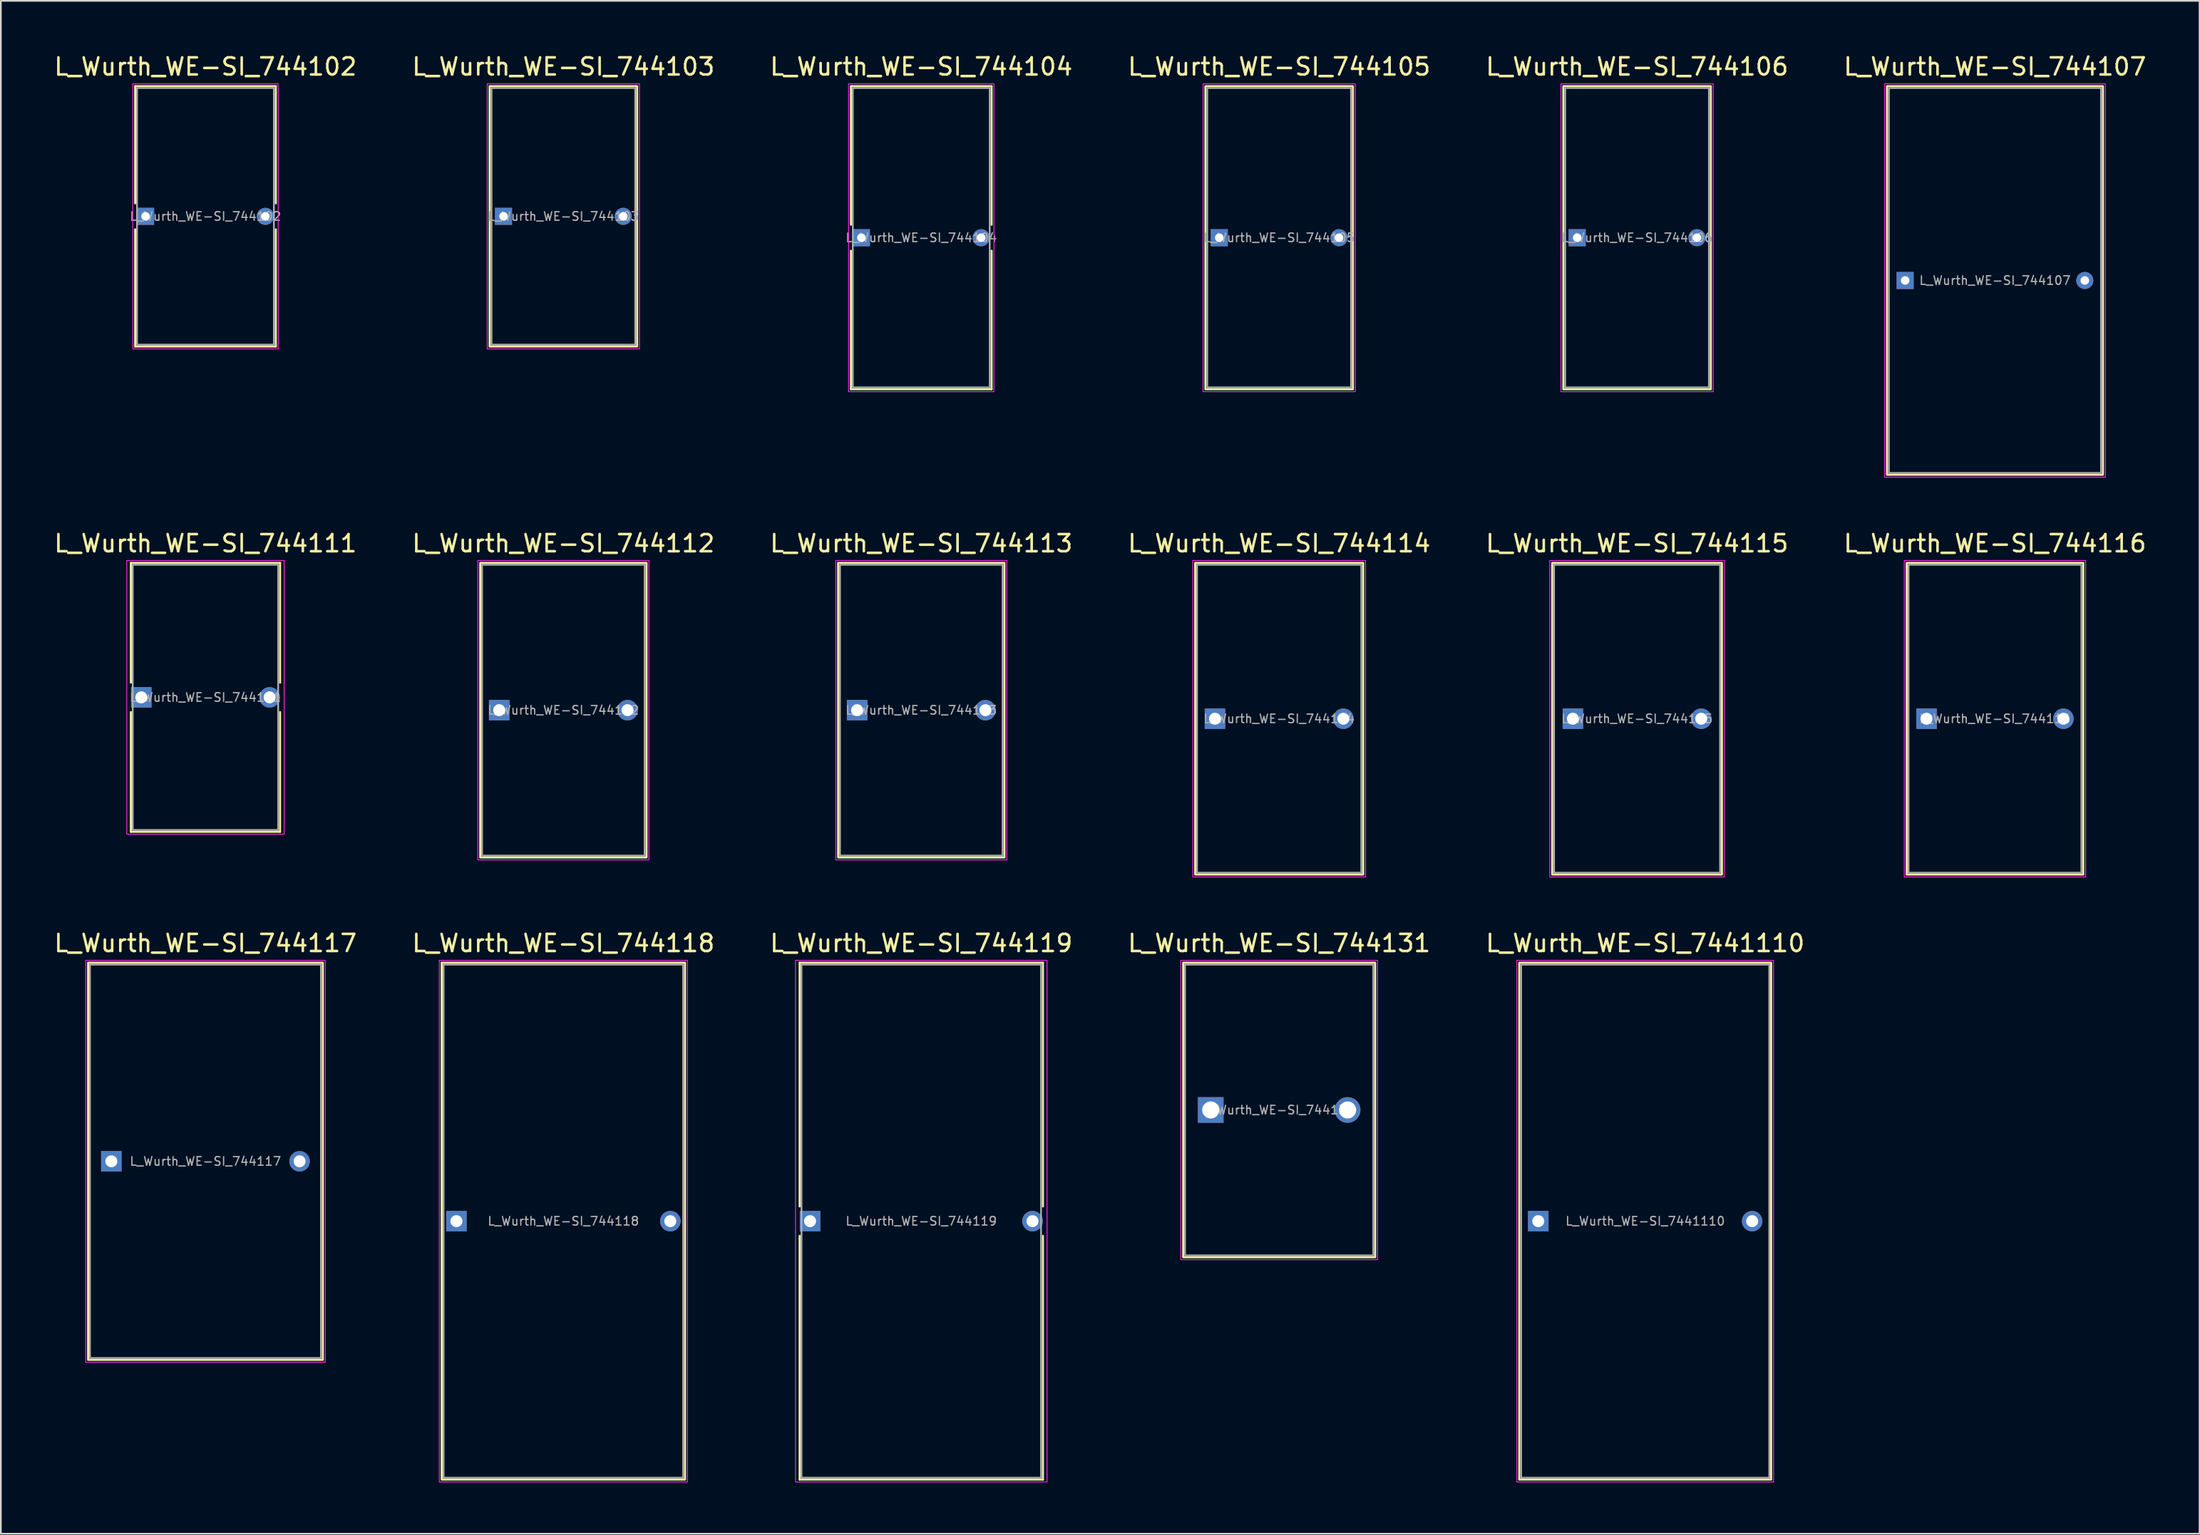
<source format=kicad_pcb>
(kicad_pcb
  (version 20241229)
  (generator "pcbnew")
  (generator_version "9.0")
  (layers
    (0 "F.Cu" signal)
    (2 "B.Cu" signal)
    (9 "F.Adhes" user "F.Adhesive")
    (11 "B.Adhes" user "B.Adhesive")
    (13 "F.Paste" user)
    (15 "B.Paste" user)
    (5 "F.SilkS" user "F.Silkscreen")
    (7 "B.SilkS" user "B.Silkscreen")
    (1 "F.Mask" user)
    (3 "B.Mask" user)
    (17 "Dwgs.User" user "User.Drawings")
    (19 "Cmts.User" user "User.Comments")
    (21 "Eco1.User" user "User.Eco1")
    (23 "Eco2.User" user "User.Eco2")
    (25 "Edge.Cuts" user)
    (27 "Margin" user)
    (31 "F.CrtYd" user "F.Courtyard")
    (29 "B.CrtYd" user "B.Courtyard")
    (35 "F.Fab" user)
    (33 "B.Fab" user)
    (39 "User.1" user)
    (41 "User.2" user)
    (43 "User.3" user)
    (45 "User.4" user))
  (footprint "L_Wurth_WE-SI_744115"
    (layer "F.Cu")
    (at 88.875 38.971)
    (property "Reference" "L_Wurth_WE-SI_744115" (at 3.75 -10.25 0) (unlocked yes) (layer "F.SilkS") (effects (font (size 1 1) (thickness 0.15))))
    (attr through_hole)
    (fp_rect (start -1.21 -9.11) (end 8.71 9.11) (stroke (width 0.12) (type solid)) (fill no) (layer "F.SilkS"))
    (fp_rect (start -1.35 -9.25) (end 8.85 9.25) (stroke (width 0.05) (type solid)) (fill no) (layer "F.CrtYd"))
    (fp_rect (start -1.1 -9) (end 8.6 9) (stroke (width 0.1) (type solid)) (fill no) (layer "F.Fab"))
    (fp_text user "${REFERENCE}" (at 3.75 0 0) (unlocked yes) (layer "F.Fab") (effects (font (size 0.5 0.5) (thickness 0.075))))
    (pad "1" thru_hole rect (at 0 0) (size 1.2 1.2) (drill 0.7) (layers "*.Cu" "*.Mask"))
    (pad "2" thru_hole circle (at 7.5 0) (size 1.2 1.2) (drill 0.7) (layers "*.Cu" "*.Mask")))
  (footprint "L_Wurth_WE-SI_744131"
    (layer "F.Cu")
    (at 67.708 61.845)
    (property "Reference" "L_Wurth_WE-SI_744131" (at 4 -9.75 0) (unlocked yes) (layer "F.SilkS") (effects (font (size 1 1) (thickness 0.15))))
    (attr through_hole)
    (fp_rect (start -1.61 -8.61) (end 9.61 8.61) (stroke (width 0.12) (type solid)) (fill no) (layer "F.SilkS"))
    (fp_rect (start -1.75 -8.75) (end 9.75 8.75) (stroke (width 0.05) (type solid)) (fill no) (layer "F.CrtYd"))
    (fp_rect (start -1.5 -8.5) (end 9.5 8.5) (stroke (width 0.1) (type solid)) (fill no) (layer "F.Fab"))
    (fp_text user "${REFERENCE}" (at 4 0 0) (unlocked yes) (layer "F.Fab") (effects (font (size 0.5 0.5) (thickness 0.075))))
    (pad "1" thru_hole rect (at 0 0) (size 1.5 1.5) (drill 1) (layers "*.Cu" "*.Mask"))
    (pad "2" thru_hole circle (at 8 0) (size 1.5 1.5) (drill 1) (layers "*.Cu" "*.Mask")))
  (footprint "L_Wurth_WE-SI_744113"
    (layer "F.Cu")
    (at 47.042 38.471)
    (property "Reference" "L_Wurth_WE-SI_744113" (at 3.75 -9.75 0) (unlocked yes) (layer "F.SilkS") (effects (font (size 1 1) (thickness 0.15))))
    (attr through_hole)
    (fp_rect (start -1.11 -8.61) (end 8.61 8.61) (stroke (width 0.12) (type solid)) (fill no) (layer "F.SilkS"))
    (fp_rect (start -1.25 -8.75) (end 8.75 8.75) (stroke (width 0.05) (type solid)) (fill no) (layer "F.CrtYd"))
    (fp_rect (start -1 -8.5) (end 8.5 8.5) (stroke (width 0.1) (type solid)) (fill no) (layer "F.Fab"))
    (fp_text user "${REFERENCE}" (at 3.75 0 0) (unlocked yes) (layer "F.Fab") (effects (font (size 0.5 0.5) (thickness 0.075))))
    (pad "1" thru_hole rect (at 0 0) (size 1.2 1.2) (drill 0.7) (layers "*.Cu" "*.Mask"))
    (pad "2" thru_hole circle (at 7.5 0) (size 1.2 1.2) (drill 0.7) (layers "*.Cu" "*.Mask")))
  (footprint "L_Wurth_WE-SI_744118"
    (layer "F.Cu")
    (at 23.625 68.345)
    (property "Reference" "L_Wurth_WE-SI_744118" (at 6.25 -16.25 0) (unlocked yes) (layer "F.SilkS") (effects (font (size 1 1) (thickness 0.15))))
    (attr through_hole)
    (fp_rect (start -0.86 -15.11) (end 13.36 15.11) (stroke (width 0.12) (type solid)) (fill no) (layer "F.SilkS"))
    (fp_rect (start -1 -15.25) (end 13.5 15.25) (stroke (width 0.05) (type solid)) (fill no) (layer "F.CrtYd"))
    (fp_rect (start -0.75 -15) (end 13.25 15) (stroke (width 0.1) (type solid)) (fill no) (layer "F.Fab"))
    (fp_text user "${REFERENCE}" (at 6.25 0 0) (unlocked yes) (layer "F.Fab") (effects (font (size 0.5 0.5) (thickness 0.075))))
    (pad "1" thru_hole rect (at 0 0) (size 1.2 1.2) (drill 0.7) (layers "*.Cu" "*.Mask"))
    (pad "2" thru_hole circle (at 12.5 0) (size 1.2 1.2) (drill 0.7) (layers "*.Cu" "*.Mask")))
  (footprint "L_Wurth_WE-SI_744105"
    (layer "F.Cu")
    (at 68.208 10.848)
    (property "Reference" "L_Wurth_WE-SI_744105" (at 3.5 -10 0) (unlocked yes) (layer "F.SilkS") (effects (font (size 1 1) (thickness 0.15))))
    (attr through_hole)
    (fp_rect (start -0.81 -8.86) (end 7.81 8.86) (stroke (width 0.12) (type solid)) (fill no) (layer "F.SilkS"))
    (fp_rect (start -0.95 -9) (end 7.95 9) (stroke (width 0.05) (type solid)) (fill no) (layer "F.CrtYd"))
    (fp_rect (start -0.7 -8.75) (end 7.7 8.75) (stroke (width 0.1) (type solid)) (fill no) (layer "F.Fab"))
    (fp_text user "${REFERENCE}" (at 3.5 0 0) (unlocked yes) (layer "F.Fab") (effects (font (size 0.5 0.5) (thickness 0.075))))
    (pad "1" thru_hole rect (at 0 0) (size 1 1) (drill 0.5) (layers "*.Cu" "*.Mask"))
    (pad "2" thru_hole circle (at 7 0) (size 1 1) (drill 0.5) (layers "*.Cu" "*.Mask")))
  (footprint "L_Wurth_WE-SI_744112"
    (layer "F.Cu")
    (at 26.125 38.471)
    (property "Reference" "L_Wurth_WE-SI_744112" (at 3.75 -9.75 0) (unlocked yes) (layer "F.SilkS") (effects (font (size 1 1) (thickness 0.15))))
    (attr through_hole)
    (fp_rect (start -1.11 -8.61) (end 8.61 8.61) (stroke (width 0.12) (type solid)) (fill no) (layer "F.SilkS"))
    (fp_rect (start -1.25 -8.75) (end 8.75 8.75) (stroke (width 0.05) (type solid)) (fill no) (layer "F.CrtYd"))
    (fp_rect (start -1 -8.5) (end 8.5 8.5) (stroke (width 0.1) (type solid)) (fill no) (layer "F.Fab"))
    (fp_text user "${REFERENCE}" (at 3.75 0 0) (unlocked yes) (layer "F.Fab") (effects (font (size 0.5 0.5) (thickness 0.075))))
    (pad "1" thru_hole rect (at 0 0) (size 1.2 1.2) (drill 0.7) (layers "*.Cu" "*.Mask"))
    (pad "2" thru_hole circle (at 7.5 0) (size 1.2 1.2) (drill 0.7) (layers "*.Cu" "*.Mask")))
  (footprint "L_Wurth_WE-SI_744104"
    (layer "F.Cu")
    (at 47.292 10.848)
    (property "Reference" "L_Wurth_WE-SI_744104" (at 3.5 -10 0) (unlocked yes) (layer "F.SilkS") (effects (font (size 1 1) (thickness 0.15))))
    (attr through_hole)
    (fp_line (start -0.61 -8.86) (end -0.61 -0.76) (stroke (width 0.12) (type solid)) (layer "F.SilkS"))
    (fp_line (start -0.61 -8.86) (end 7.61 -8.86) (stroke (width 0.12) (type solid)) (layer "F.SilkS"))
    (fp_line (start -0.61 8.86) (end -0.61 0.76) (stroke (width 0.12) (type solid)) (layer "F.SilkS"))
    (fp_line (start -0.61 8.86) (end 7.61 8.86) (stroke (width 0.12) (type solid)) (layer "F.SilkS"))
    (fp_line (start 7.61 -8.86) (end 7.61 -0.76) (stroke (width 0.12) (type solid)) (layer "F.SilkS"))
    (fp_line (start 7.61 8.86) (end 7.61 0.76) (stroke (width 0.12) (type solid)) (layer "F.SilkS"))
    (fp_rect (start -0.75 -9) (end 7.75 9) (stroke (width 0.05) (type solid)) (fill no) (layer "F.CrtYd"))
    (fp_rect (start -0.5 -8.75) (end 7.5 8.75) (stroke (width 0.1) (type solid)) (fill no) (layer "F.Fab"))
    (fp_text user "${REFERENCE}" (at 3.5 0 0) (unlocked yes) (layer "F.Fab") (effects (font (size 0.5 0.5) (thickness 0.075))))
    (pad "1" thru_hole rect (at 0 0) (size 1 1) (drill 0.5) (layers "*.Cu" "*.Mask"))
    (pad "2" thru_hole circle (at 7 0) (size 1 1) (drill 0.5) (layers "*.Cu" "*.Mask")))
  (footprint "L_Wurth_WE-SI_744116"
    (layer "F.Cu")
    (at 109.542 38.971)
    (property "Reference" "L_Wurth_WE-SI_744116" (at 4 -10.25 0) (unlocked yes) (layer "F.SilkS") (effects (font (size 1 1) (thickness 0.15))))
    (attr through_hole)
    (fp_rect (start -1.16 -9.11) (end 9.16 9.11) (stroke (width 0.12) (type solid)) (fill no) (layer "F.SilkS"))
    (fp_rect (start -1.3 -9.25) (end 9.3 9.25) (stroke (width 0.05) (type solid)) (fill no) (layer "F.CrtYd"))
    (fp_rect (start -1.05 -9) (end 9.05 9) (stroke (width 0.1) (type solid)) (fill no) (layer "F.Fab"))
    (fp_text user "${REFERENCE}" (at 4 0 0) (unlocked yes) (layer "F.Fab") (effects (font (size 0.5 0.5) (thickness 0.075))))
    (pad "1" thru_hole rect (at 0 0) (size 1.2 1.2) (drill 0.7) (layers "*.Cu" "*.Mask"))
    (pad "2" thru_hole circle (at 8 0) (size 1.2 1.2) (drill 0.7) (layers "*.Cu" "*.Mask")))
  (footprint "L_Wurth_WE-SI_744114"
    (layer "F.Cu")
    (at 67.958 38.971)
    (property "Reference" "L_Wurth_WE-SI_744114" (at 3.75 -10.25 0) (unlocked yes) (layer "F.SilkS") (effects (font (size 1 1) (thickness 0.15))))
    (attr through_hole)
    (fp_rect (start -1.16 -9.11) (end 8.66 9.11) (stroke (width 0.12) (type solid)) (fill no) (layer "F.SilkS"))
    (fp_rect (start -1.3 -9.25) (end 8.8 9.25) (stroke (width 0.05) (type solid)) (fill no) (layer "F.CrtYd"))
    (fp_rect (start -1.05 -9) (end 8.55 9) (stroke (width 0.1) (type solid)) (fill no) (layer "F.Fab"))
    (fp_text user "${REFERENCE}" (at 3.75 0 0) (unlocked yes) (layer "F.Fab") (effects (font (size 0.5 0.5) (thickness 0.075))))
    (pad "1" thru_hole rect (at 0 0) (size 1.2 1.2) (drill 0.7) (layers "*.Cu" "*.Mask"))
    (pad "2" thru_hole circle (at 7.5 0) (size 1.2 1.2) (drill 0.7) (layers "*.Cu" "*.Mask")))
  (footprint "L_Wurth_WE-SI_744111"
    (layer "F.Cu")
    (at 5.208 37.721)
    (property "Reference" "L_Wurth_WE-SI_744111" (at 3.75 -9 0) (unlocked yes) (layer "F.SilkS") (effects (font (size 1 1) (thickness 0.15))))
    (attr through_hole)
    (fp_line (start -0.61 -7.86) (end -0.61 -0.86) (stroke (width 0.12) (type solid)) (layer "F.SilkS"))
    (fp_line (start -0.61 -7.86) (end 8.11 -7.86) (stroke (width 0.12) (type solid)) (layer "F.SilkS"))
    (fp_line (start -0.61 7.86) (end -0.61 0.86) (stroke (width 0.12) (type solid)) (layer "F.SilkS"))
    (fp_line (start -0.61 7.86) (end 8.11 7.86) (stroke (width 0.12) (type solid)) (layer "F.SilkS"))
    (fp_line (start 8.11 -7.86) (end 8.11 -0.86) (stroke (width 0.12) (type solid)) (layer "F.SilkS"))
    (fp_line (start 8.11 7.86) (end 8.11 0.86) (stroke (width 0.12) (type solid)) (layer "F.SilkS"))
    (fp_rect (start -0.85 -8) (end 8.35 8) (stroke (width 0.05) (type solid)) (fill no) (layer "F.CrtYd"))
    (fp_rect (start -0.5 -7.75) (end 8 7.75) (stroke (width 0.1) (type solid)) (fill no) (layer "F.Fab"))
    (fp_text user "${REFERENCE}" (at 3.75 0 0) (unlocked yes) (layer "F.Fab") (effects (font (size 0.5 0.5) (thickness 0.075))))
    (pad "1" thru_hole rect (at 0 0) (size 1.2 1.2) (drill 0.7) (layers "*.Cu" "*.Mask"))
    (pad "2" thru_hole circle (at 7.5 0) (size 1.2 1.2) (drill 0.7) (layers "*.Cu" "*.Mask")))
  (footprint "L_Wurth_WE-SI_7441110"
    (layer "F.Cu")
    (at 86.851 68.345)
    (property "Reference" "L_Wurth_WE-SI_7441110" (at 6.25 -16.25 0) (unlocked yes) (layer "F.SilkS") (effects (font (size 1 1) (thickness 0.15))))
    (attr through_hole)
    (fp_rect (start -1.11 -15.11) (end 13.61 15.11) (stroke (width 0.12) (type solid)) (fill no) (layer "F.SilkS"))
    (fp_rect (start -1.25 -15.25) (end 13.75 15.25) (stroke (width 0.05) (type solid)) (fill no) (layer "F.CrtYd"))
    (fp_rect (start -1 -15) (end 13.5 15) (stroke (width 0.1) (type solid)) (fill no) (layer "F.Fab"))
    (fp_text user "${REFERENCE}" (at 6.25 0 0) (unlocked yes) (layer "F.Fab") (effects (font (size 0.5 0.5) (thickness 0.075))))
    (pad "1" thru_hole rect (at 0 0) (size 1.2 1.2) (drill 0.7) (layers "*.Cu" "*.Mask"))
    (pad "2" thru_hole circle (at 12.5 0) (size 1.2 1.2) (drill 0.7) (layers "*.Cu" "*.Mask")))
  (footprint "L_Wurth_WE-SI_744107"
    (layer "F.Cu")
    (at 108.292 13.348)
    (property "Reference" "L_Wurth_WE-SI_744107" (at 5.25 -12.5 0) (unlocked yes) (layer "F.SilkS") (effects (font (size 1 1) (thickness 0.15))))
    (attr through_hole)
    (fp_rect (start -1.06 -11.36) (end 11.56 11.36) (stroke (width 0.12) (type solid)) (fill no) (layer "F.SilkS"))
    (fp_rect (start -1.2 -11.5) (end 11.7 11.5) (stroke (width 0.05) (type solid)) (fill no) (layer "F.CrtYd"))
    (fp_rect (start -0.95 -11.25) (end 11.45 11.25) (stroke (width 0.1) (type solid)) (fill no) (layer "F.Fab"))
    (fp_text user "${REFERENCE}" (at 5.25 0 0) (unlocked yes) (layer "F.Fab") (effects (font (size 0.5 0.5) (thickness 0.075))))
    (pad "1" thru_hole rect (at 0 0) (size 1 1) (drill 0.5) (layers "*.Cu" "*.Mask"))
    (pad "2" thru_hole circle (at 10.5 0) (size 1 1) (drill 0.5) (layers "*.Cu" "*.Mask")))
  (footprint "L_Wurth_WE-SI_744103"
    (layer "F.Cu")
    (at 26.375 9.598)
    (property "Reference" "L_Wurth_WE-SI_744103" (at 3.5 -8.75 0) (unlocked yes) (layer "F.SilkS") (effects (font (size 1 1) (thickness 0.15))))
    (attr through_hole)
    (fp_rect (start -0.81 -7.61) (end 7.81 7.61) (stroke (width 0.12) (type solid)) (fill no) (layer "F.SilkS"))
    (fp_rect (start -0.95 -7.75) (end 7.95 7.75) (stroke (width 0.05) (type solid)) (fill no) (layer "F.CrtYd"))
    (fp_rect (start -0.7 -7.5) (end 7.7 7.5) (stroke (width 0.1) (type solid)) (fill no) (layer "F.Fab"))
    (fp_text user "${REFERENCE}" (at 3.5 0 0) (unlocked yes) (layer "F.Fab") (effects (font (size 0.5 0.5) (thickness 0.075))))
    (pad "1" thru_hole rect (at 0 0) (size 1 1) (drill 0.5) (layers "*.Cu" "*.Mask"))
    (pad "2" thru_hole circle (at 7 0) (size 1 1) (drill 0.5) (layers "*.Cu" "*.Mask")))
  (footprint "L_Wurth_WE-SI_744117"
    (layer "F.Cu")
    (at 3.458 64.845)
    (property "Reference" "L_Wurth_WE-SI_744117" (at 5.5 -12.75 0) (unlocked yes) (layer "F.SilkS") (effects (font (size 1 1) (thickness 0.15))))
    (attr through_hole)
    (fp_rect (start -1.36 -11.61) (end 12.36 11.61) (stroke (width 0.12) (type solid)) (fill no) (layer "F.SilkS"))
    (fp_rect (start -1.5 -11.75) (end 12.5 11.75) (stroke (width 0.05) (type solid)) (fill no) (layer "F.CrtYd"))
    (fp_rect (start -1.25 -11.5) (end 12.25 11.5) (stroke (width 0.1) (type solid)) (fill no) (layer "F.Fab"))
    (fp_text user "${REFERENCE}" (at 5.5 0 0) (unlocked yes) (layer "F.Fab") (effects (font (size 0.5 0.5) (thickness 0.075))))
    (pad "1" thru_hole rect (at 0 0) (size 1.2 1.2) (drill 0.7) (layers "*.Cu" "*.Mask"))
    (pad "2" thru_hole circle (at 11 0) (size 1.2 1.2) (drill 0.7) (layers "*.Cu" "*.Mask")))
  (footprint "L_Wurth_WE-SI_744106"
    (layer "F.Cu")
    (at 89.125 10.848)
    (property "Reference" "L_Wurth_WE-SI_744106" (at 3.5 -10 0) (unlocked yes) (layer "F.SilkS") (effects (font (size 1 1) (thickness 0.15))))
    (attr through_hole)
    (fp_rect (start -0.81 -8.86) (end 7.81 8.86) (stroke (width 0.12) (type solid)) (fill no) (layer "F.SilkS"))
    (fp_rect (start -0.95 -9) (end 7.95 9) (stroke (width 0.05) (type solid)) (fill no) (layer "F.CrtYd"))
    (fp_rect (start -0.7 -8.75) (end 7.7 8.75) (stroke (width 0.1) (type solid)) (fill no) (layer "F.Fab"))
    (fp_text user "${REFERENCE}" (at 3.5 0 0) (unlocked yes) (layer "F.Fab") (effects (font (size 0.5 0.5) (thickness 0.075))))
    (pad "1" thru_hole rect (at 0 0) (size 1 1) (drill 0.5) (layers "*.Cu" "*.Mask"))
    (pad "2" thru_hole circle (at 7 0) (size 1 1) (drill 0.5) (layers "*.Cu" "*.Mask")))
  (footprint "L_Wurth_WE-SI_744102"
    (layer "F.Cu")
    (at 5.458 9.598)
    (property "Reference" "L_Wurth_WE-SI_744102" (at 3.5 -8.75 0) (unlocked yes) (layer "F.SilkS") (effects (font (size 1 1) (thickness 0.15))))
    (attr through_hole)
    (fp_line (start -0.61 -7.61) (end -0.61 -0.76) (stroke (width 0.12) (type solid)) (layer "F.SilkS"))
    (fp_line (start -0.61 -7.61) (end 7.61 -7.61) (stroke (width 0.12) (type solid)) (layer "F.SilkS"))
    (fp_line (start -0.61 7.61) (end -0.61 0.76) (stroke (width 0.12) (type solid)) (layer "F.SilkS"))
    (fp_line (start -0.61 7.61) (end 7.61 7.61) (stroke (width 0.12) (type solid)) (layer "F.SilkS"))
    (fp_line (start 7.61 -7.61) (end 7.61 -0.76) (stroke (width 0.12) (type solid)) (layer "F.SilkS"))
    (fp_line (start 7.61 7.61) (end 7.61 0.76) (stroke (width 0.12) (type solid)) (layer "F.SilkS"))
    (fp_rect (start -0.75 -7.75) (end 7.75 7.75) (stroke (width 0.05) (type solid)) (fill no) (layer "F.CrtYd"))
    (fp_rect (start -0.5 -7.5) (end 7.5 7.5) (stroke (width 0.1) (type solid)) (fill no) (layer "F.Fab"))
    (fp_text user "${REFERENCE}" (at 3.5 0 0) (unlocked yes) (layer "F.Fab") (effects (font (size 0.5 0.5) (thickness 0.075))))
    (pad "1" thru_hole rect (at 0 0) (size 1 1) (drill 0.5) (layers "*.Cu" "*.Mask"))
    (pad "2" thru_hole circle (at 7 0) (size 1 1) (drill 0.5) (layers "*.Cu" "*.Mask")))
  (footprint "L_Wurth_WE-SI_744119"
    (layer "F.Cu")
    (at 44.292 68.345)
    (property "Reference" "L_Wurth_WE-SI_744119" (at 6.5 -16.25 0) (unlocked yes) (layer "F.SilkS") (effects (font (size 1 1) (thickness 0.15))))
    (attr through_hole)
    (fp_line (start -0.61 -15.11) (end -0.61 -0.86) (stroke (width 0.12) (type solid)) (layer "F.SilkS"))
    (fp_line (start -0.61 -15.11) (end 13.61 -15.11) (stroke (width 0.12) (type solid)) (layer "F.SilkS"))
    (fp_line (start -0.61 15.11) (end -0.61 0.86) (stroke (width 0.12) (type solid)) (layer "F.SilkS"))
    (fp_line (start -0.61 15.11) (end 13.61 15.11) (stroke (width 0.12) (type solid)) (layer "F.SilkS"))
    (fp_line (start 13.61 -15.11) (end 13.61 -0.86) (stroke (width 0.12) (type solid)) (layer "F.SilkS"))
    (fp_line (start 13.61 15.11) (end 13.61 0.86) (stroke (width 0.12) (type solid)) (layer "F.SilkS"))
    (fp_rect (start -0.85 -15.25) (end 13.85 15.25) (stroke (width 0.05) (type solid)) (fill no) (layer "F.CrtYd"))
    (fp_rect (start -0.5 -15) (end 13.5 15) (stroke (width 0.1) (type solid)) (fill no) (layer "F.Fab"))
    (fp_text user "${REFERENCE}" (at 6.5 0 0) (unlocked yes) (layer "F.Fab") (effects (font (size 0.5 0.5) (thickness 0.075))))
    (pad "1" thru_hole rect (at 0 0) (size 1.2 1.2) (drill 0.7) (layers "*.Cu" "*.Mask"))
    (pad "2" thru_hole circle (at 13 0) (size 1.2 1.2) (drill 0.7) (layers "*.Cu" "*.Mask")))
  (gr_rect
    (start -3 -3)
    (end 125.5 86.62)
    (stroke (width 0.1) (type default))
    (fill no)
    (layer "Edge.Cuts")))
</source>
